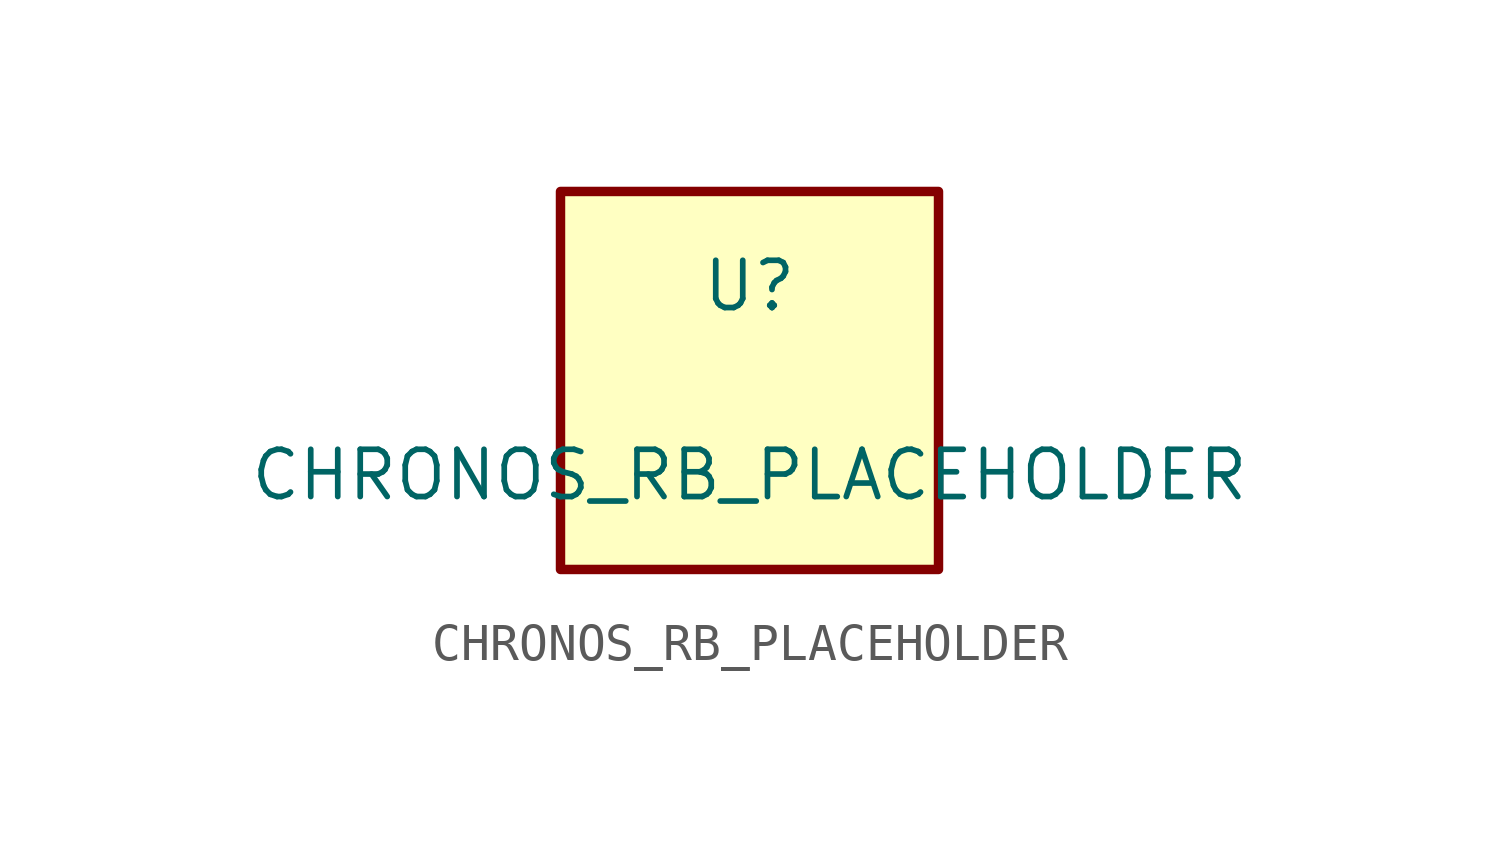
<source format=kicad_sym>
(kicad_symbol_lib
  (version 20231120)
  (generator "kicad_symbol_editor")
  (generator_version "8.0")
  (symbol "CHRONOS_RB_PLACEHOLDER"
    (pin_names
      (offset 1.016))
    (property "Reference" "U"
      (at 0 2.54 0)
      (effects (font (size 1.27 1.27))))
    (property "Value" "CHRONOS_RB_PLACEHOLDER"
      (at 0 -2.54 0)
      (effects (font (size 1.27 1.27))))
    (symbol "CHRONOS_RB_PLACEHOLDER_0_1"
      (rectangle (start -5.08 5.08) (end 5.08 -5.08) (stroke (width 0.254) (type default)) (fill (type background))))))
</source>
